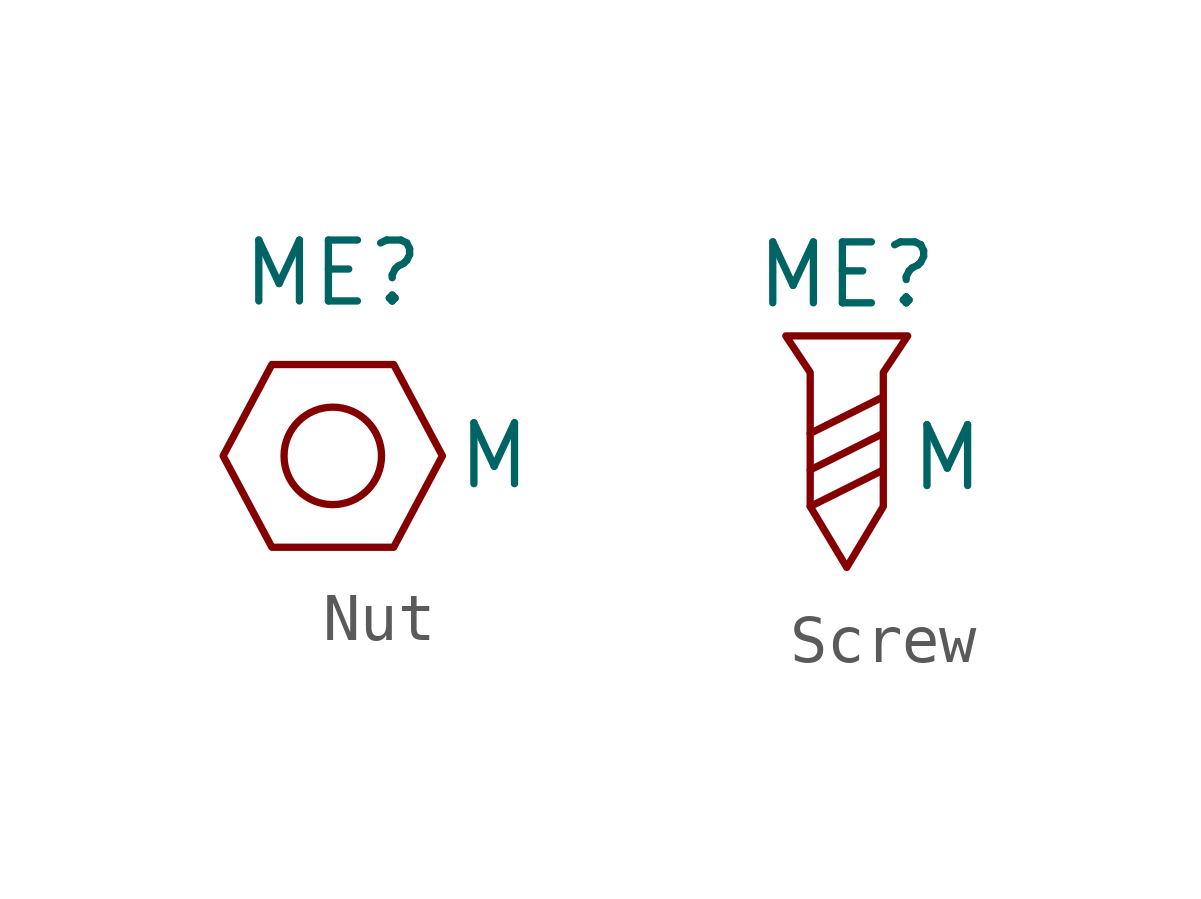
<source format=kicad_sym>
(kicad_symbol_lib
  (version 20241209)
  (generator "kicad_symbol_editor")
  (generator_version "9.0")
  (symbol "Nut"
    (pin_names
      (offset 1.016))
    (property "Reference" "ME"
      (at 0 3.81 0)
      (do_not_autoplace)
      (effects (font (size 1.27 1.27))))
    (property "Value" "M"
      (at 2.54 0 0)
      (do_not_autoplace)
      (effects (font (size 1.27 1.27)) (justify left)))
    (symbol "Nut_0_1"
      (circle (center 0 0) (radius 1.016) (stroke (width 0) (type default)) (fill (type none)))
      (polyline (pts (xy 2.286 0) (xy 1.27 1.905) (xy -1.27 1.905) (xy -2.286 0) (xy -1.27 -1.905) (xy 1.27 -1.905) (xy 2.286 0)) (stroke (width 0) (type default)) (fill (type none)))))
  (symbol "Screw"
    (pin_names
      (offset 1.016))
    (property "Reference" "ME"
      (at 0 3.81 0)
      (do_not_autoplace)
      (effects (font (size 1.27 1.27))))
    (property "Value" "M"
      (at 1.27 0 0)
      (do_not_autoplace)
      (effects (font (size 1.27 1.27)) (justify left)))
    (symbol "Screw_0_1"
      (polyline (pts (xy -1.27 2.54) (xy 1.27 2.54) (xy 0.762 1.778) (xy 0.762 -1.016) (xy 0 -2.286) (xy -0.762 -1.016) (xy -0.762 1.778) (xy -1.27 2.54)) (stroke (width 0) (type default)) (fill (type none)))
      (polyline (pts (xy 0.762 1.27) (xy -0.762 0.508)) (stroke (width 0) (type default)) (fill (type none)))
      (polyline (pts (xy 0.762 0.508) (xy -0.762 -0.254)) (stroke (width 0) (type default)) (fill (type none)))
      (polyline (pts (xy 0.762 -0.254) (xy -0.762 -1.016)) (stroke (width 0) (type default)) (fill (type none))))))
</source>
